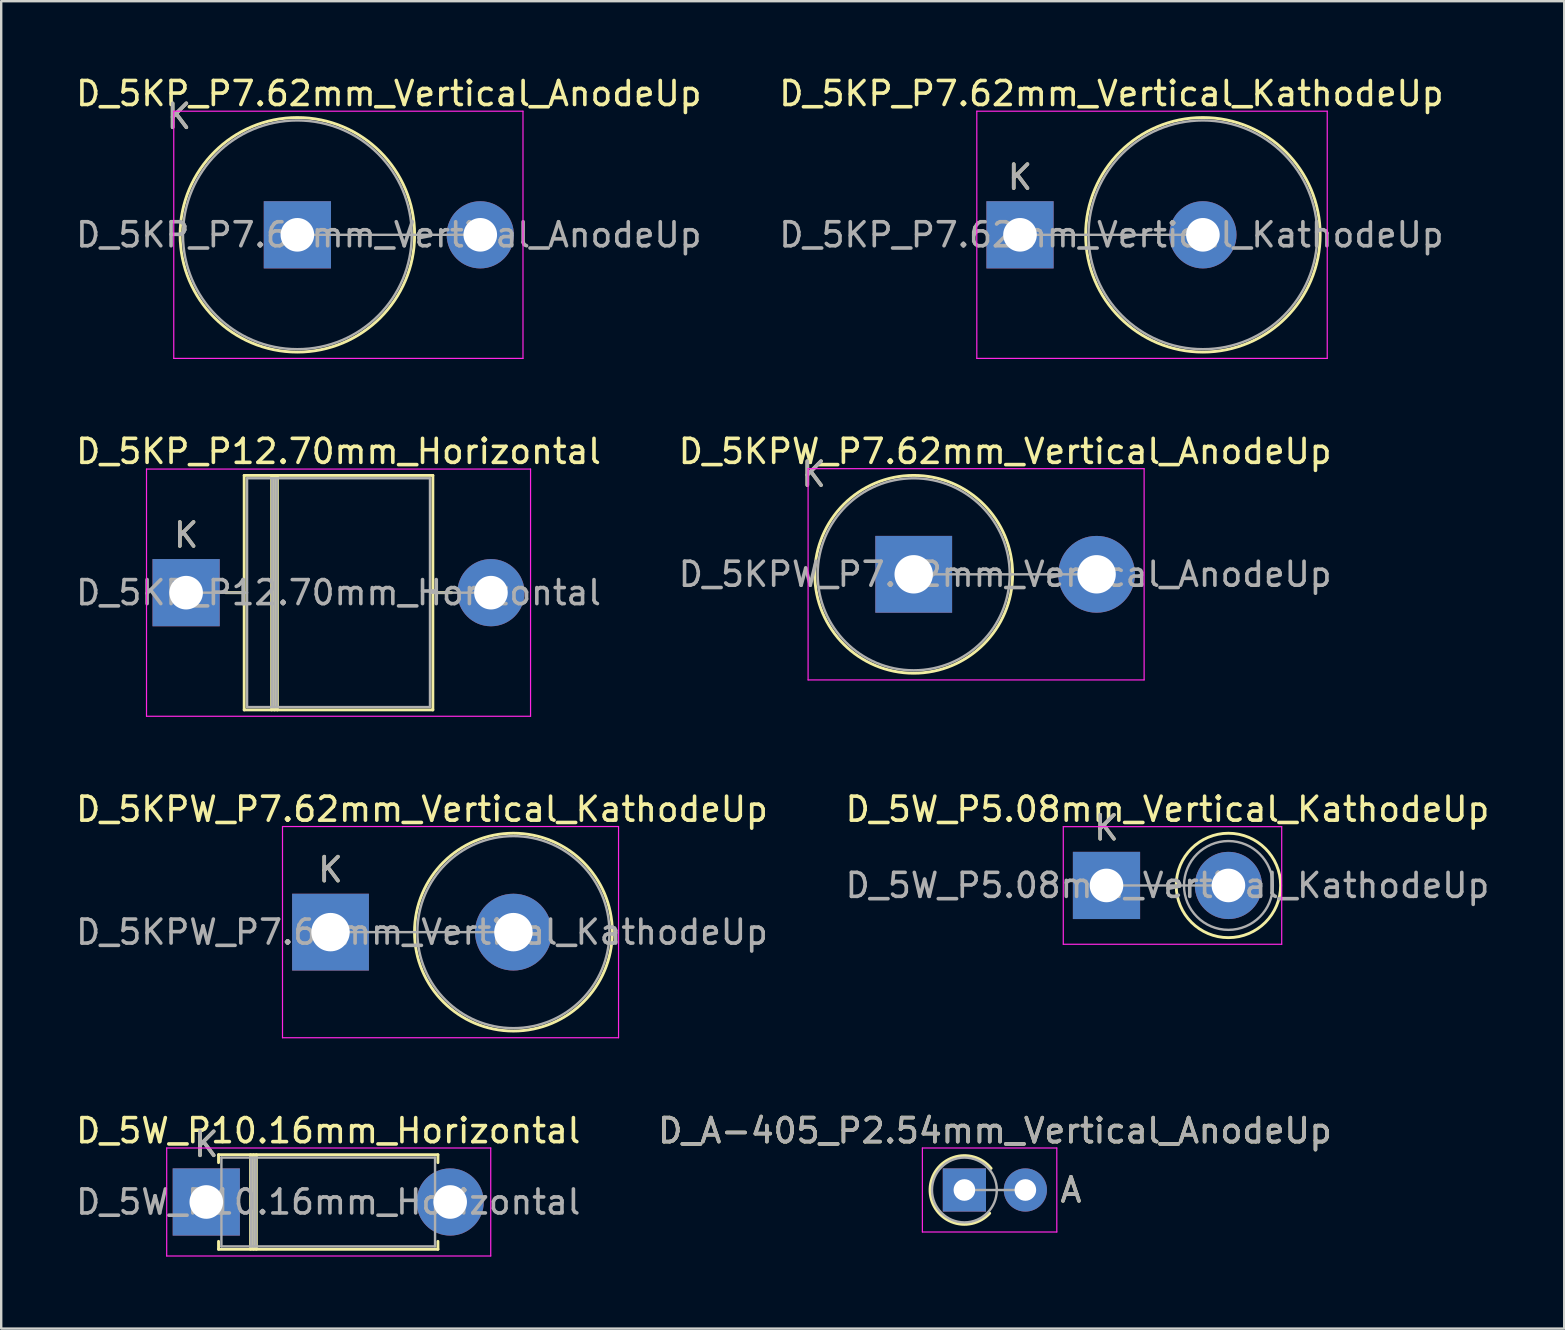
<source format=kicad_pcb>
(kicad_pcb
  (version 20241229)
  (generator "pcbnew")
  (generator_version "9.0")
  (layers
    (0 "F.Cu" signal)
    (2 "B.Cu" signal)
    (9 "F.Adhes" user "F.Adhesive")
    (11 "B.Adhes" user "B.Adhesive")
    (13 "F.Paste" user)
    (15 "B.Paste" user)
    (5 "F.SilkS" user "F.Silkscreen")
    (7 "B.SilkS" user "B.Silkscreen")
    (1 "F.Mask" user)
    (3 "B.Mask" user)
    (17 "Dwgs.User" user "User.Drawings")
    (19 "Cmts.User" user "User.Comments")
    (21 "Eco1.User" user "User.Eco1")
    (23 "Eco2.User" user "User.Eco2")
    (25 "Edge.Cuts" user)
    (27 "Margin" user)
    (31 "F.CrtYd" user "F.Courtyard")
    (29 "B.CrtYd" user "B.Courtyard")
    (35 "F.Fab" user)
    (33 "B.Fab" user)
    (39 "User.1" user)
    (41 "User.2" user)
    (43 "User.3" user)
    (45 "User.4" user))
  (footprint "D_5KP_P7.62mm_Vertical_AnodeUp"
    (layer "F.Cu")
    (at 9.339 6.733)
    (property "Reference" "D_5KP_P7.62mm_Vertical_AnodeUp" (at 3.81 -5.885 0) (layer "F.SilkS") (effects (font (size 1 1) (thickness 0.15))))
    (attr through_hole)
    (fp_circle (center 0 0) (end 4.885 0) (stroke (width 0.12) (type solid)) (fill no) (layer "F.SilkS"))
    (fp_line (start -5.15 -5.15) (end -5.15 5.15) (stroke (width 0.05) (type solid)) (layer "F.CrtYd"))
    (fp_line (start -5.15 5.15) (end 9.4 5.15) (stroke (width 0.05) (type solid)) (layer "F.CrtYd"))
    (fp_line (start 9.4 -5.15) (end -5.15 -5.15) (stroke (width 0.05) (type solid)) (layer "F.CrtYd"))
    (fp_line (start 9.4 5.15) (end 9.4 -5.15) (stroke (width 0.05) (type solid)) (layer "F.CrtYd"))
    (fp_line (start 0 0) (end 7.62 0) (stroke (width 0.1) (type solid)) (layer "F.Fab"))
    (fp_circle (center 0 0) (end 4.765 0) (stroke (width 0.1) (type solid)) (fill no) (layer "F.Fab"))
    (fp_text user "K" (at -4.935 -4.935 0) (layer "F.SilkS") (effects (font (size 1 1) (thickness 0.15))))
    (fp_text user "${REFERENCE}" (at 3.81 0 0) (layer "F.Fab") (effects (font (size 1 1) (thickness 0.15))))
    (fp_text user "K" (at -4.935 -4.935 0) (layer "F.Fab") (effects (font (size 1 1) (thickness 0.15))))
    (pad "1" thru_hole rect (at 0 0) (size 2.8 2.8) (drill 1.4) (layers "*.Cu" "*.Mask"))
    (pad "2" thru_hole oval (at 7.62 0) (size 2.8 2.8) (drill 1.4) (layers "*.Cu" "*.Mask")))
  (footprint "D_5W_P5.08mm_Vertical_KathodeUp"
    (layer "F.Cu")
    (at 43.049 33.84)
    (property "Reference" "D_5W_P5.08mm_Vertical_KathodeUp" (at 2.54 -3.175 0) (layer "F.SilkS") (effects (font (size 1 1) (thickness 0.15))))
    (attr through_hole)
    (fp_circle (center 5.08 0) (end 7.255 0) (stroke (width 0.12) (type solid)) (fill no) (layer "F.SilkS"))
    (fp_line (start -1.8 -2.45) (end -1.8 2.45) (stroke (width 0.05) (type solid)) (layer "F.CrtYd"))
    (fp_line (start -1.8 2.45) (end 7.3 2.45) (stroke (width 0.05) (type solid)) (layer "F.CrtYd"))
    (fp_line (start 7.3 -2.45) (end -1.8 -2.45) (stroke (width 0.05) (type solid)) (layer "F.CrtYd"))
    (fp_line (start 7.3 2.45) (end 7.3 -2.45) (stroke (width 0.05) (type solid)) (layer "F.CrtYd"))
    (fp_line (start 0 0) (end 5.08 0) (stroke (width 0.1) (type solid)) (layer "F.Fab"))
    (fp_circle (center 5.08 0) (end 6.93 0) (stroke (width 0.1) (type solid)) (fill no) (layer "F.Fab"))
    (fp_text user "K" (at 0 -2.4 0) (layer "F.SilkS") (effects (font (size 1 1) (thickness 0.15))))
    (fp_text user "${REFERENCE}" (at 2.54 0 0) (layer "F.Fab") (effects (font (size 1 1) (thickness 0.15))))
    (fp_text user "K" (at 0 -2.4 0) (layer "F.Fab") (effects (font (size 1 1) (thickness 0.15))))
    (pad "1" thru_hole rect (at 0 0) (size 2.8 2.8) (drill 1.4) (layers "*.Cu" "*.Mask"))
    (pad "2" thru_hole oval (at 5.08 0) (size 2.8 2.8) (drill 1.4) (layers "*.Cu" "*.Mask")))
  (footprint "D_5KPW_P7.62mm_Vertical_AnodeUp"
    (layer "F.Cu")
    (at 35.017 20.877)
    (property "Reference" "D_5KPW_P7.62mm_Vertical_AnodeUp" (at 3.81 -5.12 0) (layer "F.SilkS") (effects (font (size 1 1) (thickness 0.15))))
    (attr through_hole)
    (fp_circle (center 0 0) (end 4.12 0) (stroke (width 0.12) (type solid)) (fill no) (layer "F.SilkS"))
    (fp_line (start -4.4 -4.4) (end -4.4 4.4) (stroke (width 0.05) (type solid)) (layer "F.CrtYd"))
    (fp_line (start -4.4 4.4) (end 9.6 4.4) (stroke (width 0.05) (type solid)) (layer "F.CrtYd"))
    (fp_line (start 9.6 -4.4) (end -4.4 -4.4) (stroke (width 0.05) (type solid)) (layer "F.CrtYd"))
    (fp_line (start 9.6 4.4) (end 9.6 -4.4) (stroke (width 0.05) (type solid)) (layer "F.CrtYd"))
    (fp_line (start 0 0) (end 7.62 0) (stroke (width 0.1) (type solid)) (layer "F.Fab"))
    (fp_circle (center 0 0) (end 4 0) (stroke (width 0.1) (type solid)) (fill no) (layer "F.Fab"))
    (fp_text user "K" (at -4.17 -4.17 0) (layer "F.SilkS") (effects (font (size 1 1) (thickness 0.15))))
    (fp_text user "${REFERENCE}" (at 3.81 0 0) (layer "F.Fab") (effects (font (size 1 1) (thickness 0.15))))
    (fp_text user "K" (at -4.17 -4.17 0) (layer "F.Fab") (effects (font (size 1 1) (thickness 0.15))))
    (pad "1" thru_hole rect (at 0 0) (size 3.2 3.2) (drill 1.6) (layers "*.Cu" "*.Mask"))
    (pad "2" thru_hole oval (at 7.62 0) (size 3.2 3.2) (drill 1.6) (layers "*.Cu" "*.Mask")))
  (footprint "D_5KPW_P7.62mm_Vertical_KathodeUp"
    (layer "F.Cu")
    (at 10.72 35.785)
    (property "Reference" "D_5KPW_P7.62mm_Vertical_KathodeUp" (at 3.81 -5.12 0) (layer "F.SilkS") (effects (font (size 1 1) (thickness 0.15))))
    (attr through_hole)
    (fp_circle (center 7.62 0) (end 11.74 0) (stroke (width 0.12) (type solid)) (fill no) (layer "F.SilkS"))
    (fp_line (start -2 -4.4) (end -2 4.4) (stroke (width 0.05) (type solid)) (layer "F.CrtYd"))
    (fp_line (start -2 4.4) (end 12 4.4) (stroke (width 0.05) (type solid)) (layer "F.CrtYd"))
    (fp_line (start 12 -4.4) (end -2 -4.4) (stroke (width 0.05) (type solid)) (layer "F.CrtYd"))
    (fp_line (start 12 4.4) (end 12 -4.4) (stroke (width 0.05) (type solid)) (layer "F.CrtYd"))
    (fp_line (start 0 0) (end 7.62 0) (stroke (width 0.1) (type solid)) (layer "F.Fab"))
    (fp_circle (center 7.62 0) (end 11.62 0) (stroke (width 0.1) (type solid)) (fill no) (layer "F.Fab"))
    (fp_text user "K" (at 0 -2.6 0) (layer "F.SilkS") (effects (font (size 1 1) (thickness 0.15))))
    (fp_text user "K" (at 0 -2.6 0) (layer "F.Fab") (effects (font (size 1 1) (thickness 0.15))))
    (fp_text user "${REFERENCE}" (at 3.81 0 0) (layer "F.Fab") (effects (font (size 1 1) (thickness 0.15))))
    (pad "1" thru_hole rect (at 0 0) (size 3.2 3.2) (drill 1.6) (layers "*.Cu" "*.Mask"))
    (pad "2" thru_hole oval (at 7.62 0) (size 3.2 3.2) (drill 1.6) (layers "*.Cu" "*.Mask")))
  (footprint "D_5W_P10.16mm_Horizontal"
    (layer "F.Cu")
    (at 5.545 47.028)
    (property "Reference" "D_5W_P10.16mm_Horizontal" (at 5.08 -2.97 0) (layer "F.SilkS") (effects (font (size 1 1) (thickness 0.15))))
    (attr through_hole)
    (fp_line (start 0.51 -1.97) (end 9.65 -1.97) (stroke (width 0.12) (type solid)) (layer "F.SilkS"))
    (fp_line (start 0.51 -1.64) (end 0.51 -1.97) (stroke (width 0.12) (type solid)) (layer "F.SilkS"))
    (fp_line (start 0.51 1.64) (end 0.51 1.97) (stroke (width 0.12) (type solid)) (layer "F.SilkS"))
    (fp_line (start 0.51 1.97) (end 9.65 1.97) (stroke (width 0.12) (type solid)) (layer "F.SilkS"))
    (fp_line (start 1.845 -1.97) (end 1.845 1.97) (stroke (width 0.12) (type solid)) (layer "F.SilkS"))
    (fp_line (start 1.965 -1.97) (end 1.965 1.97) (stroke (width 0.12) (type solid)) (layer "F.SilkS"))
    (fp_line (start 2.085 -1.97) (end 2.085 1.97) (stroke (width 0.12) (type solid)) (layer "F.SilkS"))
    (fp_line (start 9.65 -1.97) (end 9.65 -1.64) (stroke (width 0.12) (type solid)) (layer "F.SilkS"))
    (fp_line (start 9.65 1.97) (end 9.65 1.64) (stroke (width 0.12) (type solid)) (layer "F.SilkS"))
    (fp_line (start -1.65 -2.25) (end -1.65 2.25) (stroke (width 0.05) (type solid)) (layer "F.CrtYd"))
    (fp_line (start -1.65 2.25) (end 11.85 2.25) (stroke (width 0.05) (type solid)) (layer "F.CrtYd"))
    (fp_line (start 11.85 -2.25) (end -1.65 -2.25) (stroke (width 0.05) (type solid)) (layer "F.CrtYd"))
    (fp_line (start 11.85 2.25) (end 11.85 -2.25) (stroke (width 0.05) (type solid)) (layer "F.CrtYd"))
    (fp_line (start 0 0) (end 0.63 0) (stroke (width 0.1) (type solid)) (layer "F.Fab"))
    (fp_line (start 0.63 -1.85) (end 0.63 1.85) (stroke (width 0.1) (type solid)) (layer "F.Fab"))
    (fp_line (start 0.63 1.85) (end 9.53 1.85) (stroke (width 0.1) (type solid)) (layer "F.Fab"))
    (fp_line (start 1.865 -1.85) (end 1.865 1.85) (stroke (width 0.1) (type solid)) (layer "F.Fab"))
    (fp_line (start 1.965 -1.85) (end 1.965 1.85) (stroke (width 0.1) (type solid)) (layer "F.Fab"))
    (fp_line (start 2.065 -1.85) (end 2.065 1.85) (stroke (width 0.1) (type solid)) (layer "F.Fab"))
    (fp_line (start 9.53 -1.85) (end 0.63 -1.85) (stroke (width 0.1) (type solid)) (layer "F.Fab"))
    (fp_line (start 9.53 1.85) (end 9.53 -1.85) (stroke (width 0.1) (type solid)) (layer "F.Fab"))
    (fp_line (start 10.16 0) (end 9.53 0) (stroke (width 0.1) (type solid)) (layer "F.Fab"))
    (fp_text user "K" (at 0 -2.4 0) (layer "F.SilkS") (effects (font (size 1 1) (thickness 0.15))))
    (fp_text user "${REFERENCE}" (at 5.08 0 0) (layer "F.Fab") (effects (font (size 1 1) (thickness 0.15))))
    (fp_text user "K" (at 0 -2.4 0) (layer "F.Fab") (effects (font (size 1 1) (thickness 0.15))))
    (pad "1" thru_hole rect (at 0 0) (size 2.8 2.8) (drill 1.4) (layers "*.Cu" "*.Mask"))
    (pad "2" thru_hole oval (at 10.16 0) (size 2.8 2.8) (drill 1.4) (layers "*.Cu" "*.Mask")))
  (footprint "D_A-405_P2.54mm_Vertical_AnodeUp"
    (layer "F.Cu")
    (at 37.129 46.528)
    (property "Reference" "D_A-405_P2.54mm_Vertical_AnodeUp" (at 1.27 -2.47 0) (layer "F.SilkS") (effects (font (size 1 1) (thickness 0.15))))
    (attr through_hole)
    (fp_arc (start 1.05385 0.968866) (mid -1.430816 -0.045469) (end 1.113239 -0.9) (stroke (width 0.12) (type solid)) (layer "F.SilkS"))
    (fp_line (start -1.75 -1.75) (end -1.75 1.75) (stroke (width 0.05) (type solid)) (layer "F.CrtYd"))
    (fp_line (start -1.75 1.75) (end 3.85 1.75) (stroke (width 0.05) (type solid)) (layer "F.CrtYd"))
    (fp_line (start 3.85 -1.75) (end -1.75 -1.75) (stroke (width 0.05) (type solid)) (layer "F.CrtYd"))
    (fp_line (start 3.85 1.75) (end 3.85 -1.75) (stroke (width 0.05) (type solid)) (layer "F.CrtYd"))
    (fp_line (start 0 0) (end 2.54 0) (stroke (width 0.1) (type solid)) (layer "F.Fab"))
    (fp_circle (center 0 0) (end 1.35 0) (stroke (width 0.1) (type solid)) (fill no) (layer "F.Fab"))
    (fp_text user "A" (at 4.44 0 0) (layer "F.SilkS") (effects (font (size 1 1) (thickness 0.15))))
    (fp_text user "A" (at 4.44 0 0) (layer "F.Fab") (effects (font (size 1 1) (thickness 0.15))))
    (fp_text user "${REFERENCE}" (at 1.27 -2.47 0) (layer "F.Fab") (effects (font (size 1 1) (thickness 0.15))))
    (pad "1" thru_hole rect (at 0 0) (size 1.8 1.8) (drill 0.9) (layers "*.Cu" "*.Mask"))
    (pad "2" thru_hole oval (at 2.54 0) (size 1.8 1.8) (drill 0.9) (layers "*.Cu" "*.Mask")))
  (footprint "D_5KP_P7.62mm_Vertical_KathodeUp"
    (layer "F.Cu")
    (at 39.446 6.733)
    (property "Reference" "D_5KP_P7.62mm_Vertical_KathodeUp" (at 3.81 -5.885 0) (layer "F.SilkS") (effects (font (size 1 1) (thickness 0.15))))
    (attr through_hole)
    (fp_circle (center 7.62 0) (end 12.505 0) (stroke (width 0.12) (type solid)) (fill no) (layer "F.SilkS"))
    (fp_line (start -1.8 -5.15) (end -1.8 5.15) (stroke (width 0.05) (type solid)) (layer "F.CrtYd"))
    (fp_line (start -1.8 5.15) (end 12.8 5.15) (stroke (width 0.05) (type solid)) (layer "F.CrtYd"))
    (fp_line (start 12.8 -5.15) (end -1.8 -5.15) (stroke (width 0.05) (type solid)) (layer "F.CrtYd"))
    (fp_line (start 12.8 5.15) (end 12.8 -5.15) (stroke (width 0.05) (type solid)) (layer "F.CrtYd"))
    (fp_line (start 0 0) (end 7.62 0) (stroke (width 0.1) (type solid)) (layer "F.Fab"))
    (fp_circle (center 7.62 0) (end 12.385 0) (stroke (width 0.1) (type solid)) (fill no) (layer "F.Fab"))
    (fp_text user "K" (at 0 -2.4 0) (layer "F.SilkS") (effects (font (size 1 1) (thickness 0.15))))
    (fp_text user "K" (at 0 -2.4 0) (layer "F.Fab") (effects (font (size 1 1) (thickness 0.15))))
    (fp_text user "${REFERENCE}" (at 3.81 0 0) (layer "F.Fab") (effects (font (size 1 1) (thickness 0.15))))
    (pad "1" thru_hole rect (at 0 0) (size 2.8 2.8) (drill 1.4) (layers "*.Cu" "*.Mask"))
    (pad "2" thru_hole oval (at 7.62 0) (size 2.8 2.8) (drill 1.4) (layers "*.Cu" "*.Mask")))
  (footprint "D_5KP_P12.70mm_Horizontal"
    (layer "F.Cu")
    (at 4.704 21.642)
    (property "Reference" "D_5KP_P12.70mm_Horizontal" (at 6.35 -5.885 0) (layer "F.SilkS") (effects (font (size 1 1) (thickness 0.15))))
    (attr through_hole)
    (fp_line (start 1.64 0) (end 2.42 0) (stroke (width 0.12) (type solid)) (layer "F.SilkS"))
    (fp_line (start 2.42 -4.885) (end 2.42 4.885) (stroke (width 0.12) (type solid)) (layer "F.SilkS"))
    (fp_line (start 2.42 4.885) (end 10.28 4.885) (stroke (width 0.12) (type solid)) (layer "F.SilkS"))
    (fp_line (start 3.563 -4.885) (end 3.563 4.885) (stroke (width 0.12) (type solid)) (layer "F.SilkS"))
    (fp_line (start 3.683 -4.885) (end 3.683 4.885) (stroke (width 0.12) (type solid)) (layer "F.SilkS"))
    (fp_line (start 3.803 -4.885) (end 3.803 4.885) (stroke (width 0.12) (type solid)) (layer "F.SilkS"))
    (fp_line (start 10.28 -4.885) (end 2.42 -4.885) (stroke (width 0.12) (type solid)) (layer "F.SilkS"))
    (fp_line (start 10.28 4.885) (end 10.28 -4.885) (stroke (width 0.12) (type solid)) (layer "F.SilkS"))
    (fp_line (start 11.06 0) (end 10.28 0) (stroke (width 0.12) (type solid)) (layer "F.SilkS"))
    (fp_line (start -1.65 -5.15) (end -1.65 5.15) (stroke (width 0.05) (type solid)) (layer "F.CrtYd"))
    (fp_line (start -1.65 5.15) (end 14.35 5.15) (stroke (width 0.05) (type solid)) (layer "F.CrtYd"))
    (fp_line (start 14.35 -5.15) (end -1.65 -5.15) (stroke (width 0.05) (type solid)) (layer "F.CrtYd"))
    (fp_line (start 14.35 5.15) (end 14.35 -5.15) (stroke (width 0.05) (type solid)) (layer "F.CrtYd"))
    (fp_line (start 0 0) (end 2.54 0) (stroke (width 0.1) (type solid)) (layer "F.Fab"))
    (fp_line (start 2.54 -4.765) (end 2.54 4.765) (stroke (width 0.1) (type solid)) (layer "F.Fab"))
    (fp_line (start 2.54 4.765) (end 10.16 4.765) (stroke (width 0.1) (type solid)) (layer "F.Fab"))
    (fp_line (start 3.583 -4.765) (end 3.583 4.765) (stroke (width 0.1) (type solid)) (layer "F.Fab"))
    (fp_line (start 3.683 -4.765) (end 3.683 4.765) (stroke (width 0.1) (type solid)) (layer "F.Fab"))
    (fp_line (start 3.783 -4.765) (end 3.783 4.765) (stroke (width 0.1) (type solid)) (layer "F.Fab"))
    (fp_line (start 10.16 -4.765) (end 2.54 -4.765) (stroke (width 0.1) (type solid)) (layer "F.Fab"))
    (fp_line (start 10.16 4.765) (end 10.16 -4.765) (stroke (width 0.1) (type solid)) (layer "F.Fab"))
    (fp_line (start 12.7 0) (end 10.16 0) (stroke (width 0.1) (type solid)) (layer "F.Fab"))
    (fp_text user "K" (at 0 -2.4 0) (layer "F.SilkS") (effects (font (size 1 1) (thickness 0.15))))
    (fp_text user "${REFERENCE}" (at 6.35 0 0) (layer "F.Fab") (effects (font (size 1 1) (thickness 0.15))))
    (fp_text user "K" (at 0 -2.4 0) (layer "F.Fab") (effects (font (size 1 1) (thickness 0.15))))
    (pad "1" thru_hole rect (at 0 0) (size 2.8 2.8) (drill 1.4) (layers "*.Cu" "*.Mask"))
    (pad "2" thru_hole oval (at 12.7 0) (size 2.8 2.8) (drill 1.4) (layers "*.Cu" "*.Mask")))
  (gr_rect
    (start -3 -3)
    (end 62.119 52.303)
    (stroke (width 0.1) (type default))
    (fill no)
    (layer "Edge.Cuts")))
</source>
